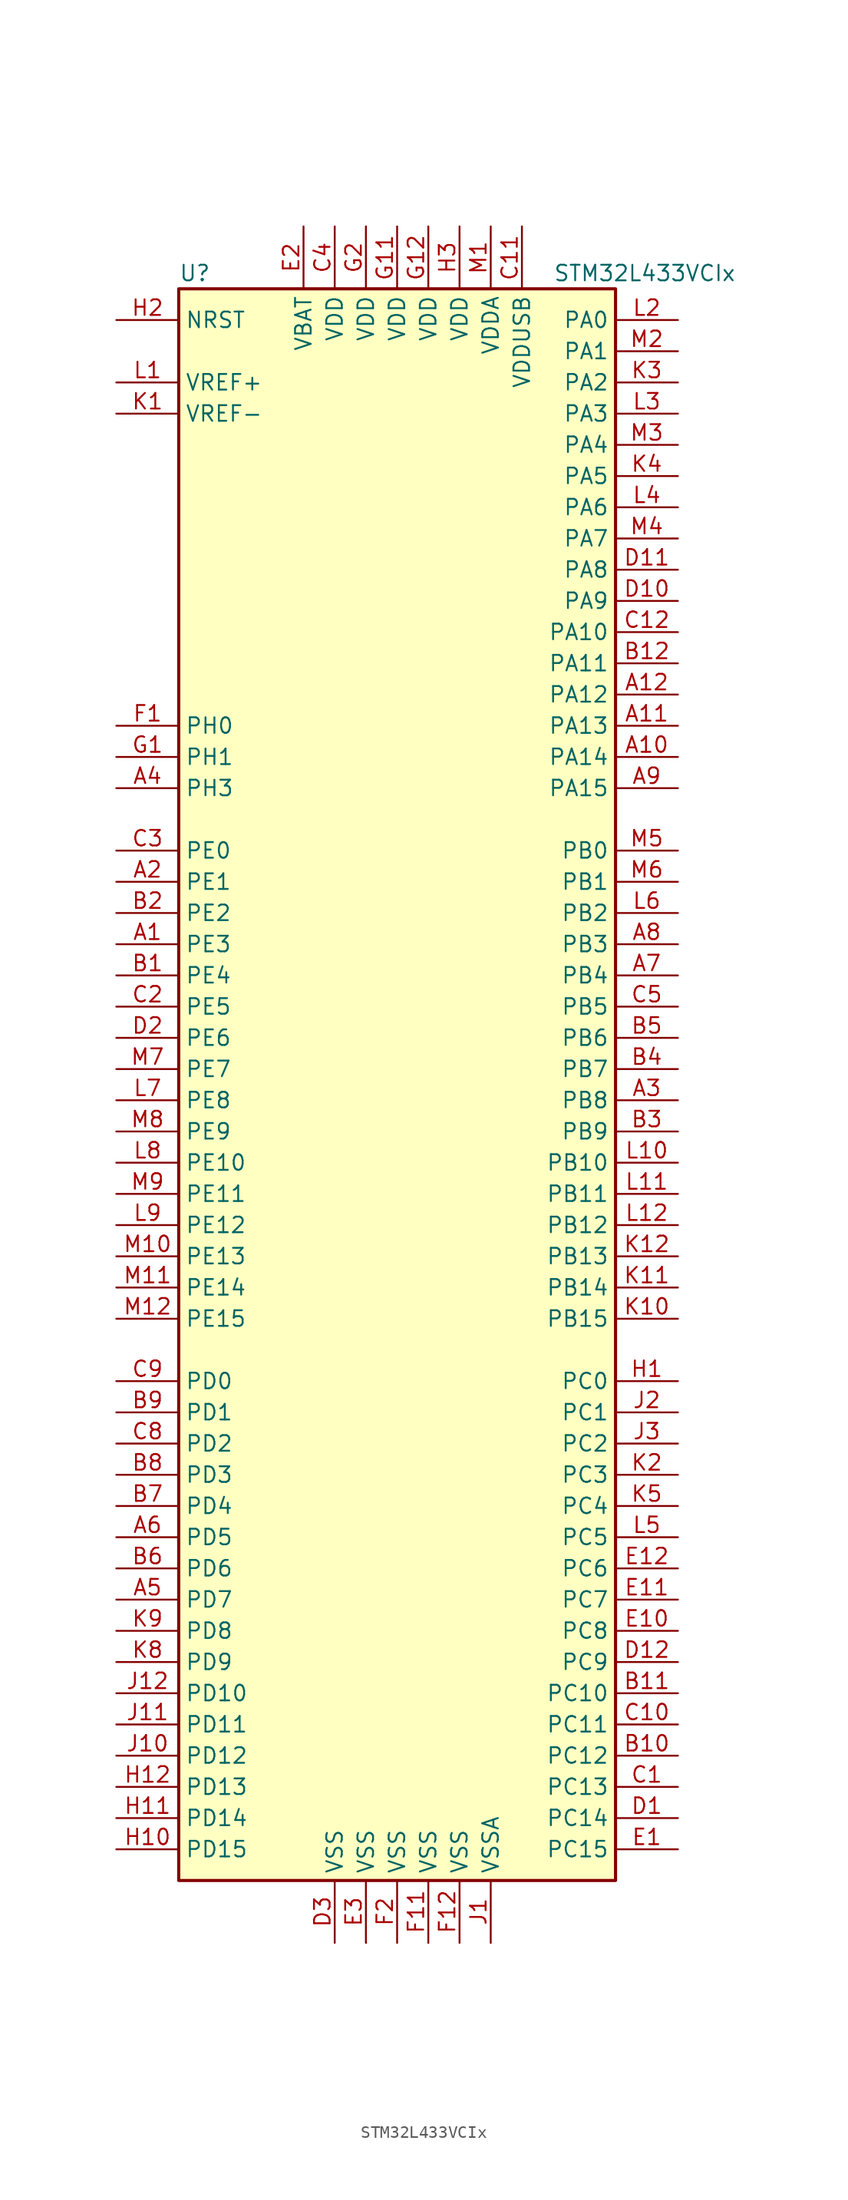
<source format=kicad_sym>
(kicad_symbol_lib
  (version 20211014)
  (generator kicad_symbol_editor)
  (symbol "STM32L433VCIx"
    (property "Reference" "U"
      (at -17.78 64.77 0)
      (effects (font (size 1.27 1.27)) (justify left)))
    (property "Value" "STM32L433VCIx"
      (at 12.7 64.77 0)
      (effects (font (size 1.27 1.27)) (justify left)))
    (symbol "STM32L433VCIx_0_1"
      (rectangle (start -17.78 -66.04) (end 17.78 63.5) (stroke (width 0.254) (type default) (color 0 0 0 0)) (fill (type background))))
    (symbol "STM32L433VCIx_1_1"
      (pin bidirectional line (at -22.86 10.16 0) (length 5.08) (name "PE3" (effects (font (size 1.27 1.27)))) (number "A1" (effects (font (size 1.27 1.27)))))
      (pin bidirectional line (at 22.86 25.4 180) (length 5.08) (name "PA14" (effects (font (size 1.27 1.27)))) (number "A10" (effects (font (size 1.27 1.27)))))
      (pin bidirectional line (at 22.86 27.94 180) (length 5.08) (name "PA13" (effects (font (size 1.27 1.27)))) (number "A11" (effects (font (size 1.27 1.27)))))
      (pin bidirectional line (at 22.86 30.48 180) (length 5.08) (name "PA12" (effects (font (size 1.27 1.27)))) (number "A12" (effects (font (size 1.27 1.27)))))
      (pin bidirectional line (at -22.86 15.24 0) (length 5.08) (name "PE1" (effects (font (size 1.27 1.27)))) (number "A2" (effects (font (size 1.27 1.27)))))
      (pin bidirectional line (at 22.86 -2.54 180) (length 5.08) (name "PB8" (effects (font (size 1.27 1.27)))) (number "A3" (effects (font (size 1.27 1.27)))))
      (pin bidirectional line (at -22.86 22.86 0) (length 5.08) (name "PH3" (effects (font (size 1.27 1.27)))) (number "A4" (effects (font (size 1.27 1.27)))))
      (pin bidirectional line (at -22.86 -43.18 0) (length 5.08) (name "PD7" (effects (font (size 1.27 1.27)))) (number "A5" (effects (font (size 1.27 1.27)))))
      (pin bidirectional line (at -22.86 -38.1 0) (length 5.08) (name "PD5" (effects (font (size 1.27 1.27)))) (number "A6" (effects (font (size 1.27 1.27)))))
      (pin bidirectional line (at 22.86 7.62 180) (length 5.08) (name "PB4" (effects (font (size 1.27 1.27)))) (number "A7" (effects (font (size 1.27 1.27)))))
      (pin bidirectional line (at 22.86 10.16 180) (length 5.08) (name "PB3" (effects (font (size 1.27 1.27)))) (number "A8" (effects (font (size 1.27 1.27)))))
      (pin bidirectional line (at 22.86 22.86 180) (length 5.08) (name "PA15" (effects (font (size 1.27 1.27)))) (number "A9" (effects (font (size 1.27 1.27)))))
      (pin bidirectional line (at -22.86 7.62 0) (length 5.08) (name "PE4" (effects (font (size 1.27 1.27)))) (number "B1" (effects (font (size 1.27 1.27)))))
      (pin bidirectional line (at 22.86 -55.88 180) (length 5.08) (name "PC12" (effects (font (size 1.27 1.27)))) (number "B10" (effects (font (size 1.27 1.27)))))
      (pin bidirectional line (at 22.86 -50.8 180) (length 5.08) (name "PC10" (effects (font (size 1.27 1.27)))) (number "B11" (effects (font (size 1.27 1.27)))))
      (pin bidirectional line (at 22.86 33.02 180) (length 5.08) (name "PA11" (effects (font (size 1.27 1.27)))) (number "B12" (effects (font (size 1.27 1.27)))))
      (pin bidirectional line (at -22.86 12.7 0) (length 5.08) (name "PE2" (effects (font (size 1.27 1.27)))) (number "B2" (effects (font (size 1.27 1.27)))))
      (pin bidirectional line (at 22.86 -5.08 180) (length 5.08) (name "PB9" (effects (font (size 1.27 1.27)))) (number "B3" (effects (font (size 1.27 1.27)))))
      (pin bidirectional line (at 22.86 0 180) (length 5.08) (name "PB7" (effects (font (size 1.27 1.27)))) (number "B4" (effects (font (size 1.27 1.27)))))
      (pin bidirectional line (at 22.86 2.54 180) (length 5.08) (name "PB6" (effects (font (size 1.27 1.27)))) (number "B5" (effects (font (size 1.27 1.27)))))
      (pin bidirectional line (at -22.86 -40.64 0) (length 5.08) (name "PD6" (effects (font (size 1.27 1.27)))) (number "B6" (effects (font (size 1.27 1.27)))))
      (pin bidirectional line (at -22.86 -35.56 0) (length 5.08) (name "PD4" (effects (font (size 1.27 1.27)))) (number "B7" (effects (font (size 1.27 1.27)))))
      (pin bidirectional line (at -22.86 -33.02 0) (length 5.08) (name "PD3" (effects (font (size 1.27 1.27)))) (number "B8" (effects (font (size 1.27 1.27)))))
      (pin bidirectional line (at -22.86 -27.94 0) (length 5.08) (name "PD1" (effects (font (size 1.27 1.27)))) (number "B9" (effects (font (size 1.27 1.27)))))
      (pin bidirectional line (at 22.86 -58.42 180) (length 5.08) (name "PC13" (effects (font (size 1.27 1.27)))) (number "C1" (effects (font (size 1.27 1.27)))))
      (pin bidirectional line (at 22.86 -53.34 180) (length 5.08) (name "PC11" (effects (font (size 1.27 1.27)))) (number "C10" (effects (font (size 1.27 1.27)))))
      (pin power_in line (at 10.16 68.58 270) (length 5.08) (name "VDDUSB" (effects (font (size 1.27 1.27)))) (number "C11" (effects (font (size 1.27 1.27)))))
      (pin bidirectional line (at 22.86 35.56 180) (length 5.08) (name "PA10" (effects (font (size 1.27 1.27)))) (number "C12" (effects (font (size 1.27 1.27)))))
      (pin bidirectional line (at -22.86 5.08 0) (length 5.08) (name "PE5" (effects (font (size 1.27 1.27)))) (number "C2" (effects (font (size 1.27 1.27)))))
      (pin bidirectional line (at -22.86 17.78 0) (length 5.08) (name "PE0" (effects (font (size 1.27 1.27)))) (number "C3" (effects (font (size 1.27 1.27)))))
      (pin power_in line (at -5.08 68.58 270) (length 5.08) (name "VDD" (effects (font (size 1.27 1.27)))) (number "C4" (effects (font (size 1.27 1.27)))))
      (pin bidirectional line (at 22.86 5.08 180) (length 5.08) (name "PB5" (effects (font (size 1.27 1.27)))) (number "C5" (effects (font (size 1.27 1.27)))))
      (pin bidirectional line (at -22.86 -30.48 0) (length 5.08) (name "PD2" (effects (font (size 1.27 1.27)))) (number "C8" (effects (font (size 1.27 1.27)))))
      (pin bidirectional line (at -22.86 -25.4 0) (length 5.08) (name "PD0" (effects (font (size 1.27 1.27)))) (number "C9" (effects (font (size 1.27 1.27)))))
      (pin bidirectional line (at 22.86 -60.96 180) (length 5.08) (name "PC14" (effects (font (size 1.27 1.27)))) (number "D1" (effects (font (size 1.27 1.27)))))
      (pin bidirectional line (at 22.86 38.1 180) (length 5.08) (name "PA9" (effects (font (size 1.27 1.27)))) (number "D10" (effects (font (size 1.27 1.27)))))
      (pin bidirectional line (at 22.86 40.64 180) (length 5.08) (name "PA8" (effects (font (size 1.27 1.27)))) (number "D11" (effects (font (size 1.27 1.27)))))
      (pin bidirectional line (at 22.86 -48.26 180) (length 5.08) (name "PC9" (effects (font (size 1.27 1.27)))) (number "D12" (effects (font (size 1.27 1.27)))))
      (pin bidirectional line (at -22.86 2.54 0) (length 5.08) (name "PE6" (effects (font (size 1.27 1.27)))) (number "D2" (effects (font (size 1.27 1.27)))))
      (pin power_in line (at -5.08 -71.12 90) (length 5.08) (name "VSS" (effects (font (size 1.27 1.27)))) (number "D3" (effects (font (size 1.27 1.27)))))
      (pin bidirectional line (at 22.86 -63.5 180) (length 5.08) (name "PC15" (effects (font (size 1.27 1.27)))) (number "E1" (effects (font (size 1.27 1.27)))))
      (pin bidirectional line (at 22.86 -45.72 180) (length 5.08) (name "PC8" (effects (font (size 1.27 1.27)))) (number "E10" (effects (font (size 1.27 1.27)))))
      (pin bidirectional line (at 22.86 -43.18 180) (length 5.08) (name "PC7" (effects (font (size 1.27 1.27)))) (number "E11" (effects (font (size 1.27 1.27)))))
      (pin bidirectional line (at 22.86 -40.64 180) (length 5.08) (name "PC6" (effects (font (size 1.27 1.27)))) (number "E12" (effects (font (size 1.27 1.27)))))
      (pin power_in line (at -7.62 68.58 270) (length 5.08) (name "VBAT" (effects (font (size 1.27 1.27)))) (number "E2" (effects (font (size 1.27 1.27)))))
      (pin power_in line (at -2.54 -71.12 90) (length 5.08) (name "VSS" (effects (font (size 1.27 1.27)))) (number "E3" (effects (font (size 1.27 1.27)))))
      (pin input line (at -22.86 27.94 0) (length 5.08) (name "PH0" (effects (font (size 1.27 1.27)))) (number "F1" (effects (font (size 1.27 1.27)))))
      (pin power_in line (at 2.54 -71.12 90) (length 5.08) (name "VSS" (effects (font (size 1.27 1.27)))) (number "F11" (effects (font (size 1.27 1.27)))))
      (pin power_in line (at 5.08 -71.12 90) (length 5.08) (name "VSS" (effects (font (size 1.27 1.27)))) (number "F12" (effects (font (size 1.27 1.27)))))
      (pin power_in line (at 0 -71.12 90) (length 5.08) (name "VSS" (effects (font (size 1.27 1.27)))) (number "F2" (effects (font (size 1.27 1.27)))))
      (pin input line (at -22.86 25.4 0) (length 5.08) (name "PH1" (effects (font (size 1.27 1.27)))) (number "G1" (effects (font (size 1.27 1.27)))))
      (pin power_in line (at 0 68.58 270) (length 5.08) (name "VDD" (effects (font (size 1.27 1.27)))) (number "G11" (effects (font (size 1.27 1.27)))))
      (pin power_in line (at 2.54 68.58 270) (length 5.08) (name "VDD" (effects (font (size 1.27 1.27)))) (number "G12" (effects (font (size 1.27 1.27)))))
      (pin power_in line (at -2.54 68.58 270) (length 5.08) (name "VDD" (effects (font (size 1.27 1.27)))) (number "G2" (effects (font (size 1.27 1.27)))))
      (pin bidirectional line (at 22.86 -25.4 180) (length 5.08) (name "PC0" (effects (font (size 1.27 1.27)))) (number "H1" (effects (font (size 1.27 1.27)))))
      (pin bidirectional line (at -22.86 -63.5 0) (length 5.08) (name "PD15" (effects (font (size 1.27 1.27)))) (number "H10" (effects (font (size 1.27 1.27)))))
      (pin bidirectional line (at -22.86 -60.96 0) (length 5.08) (name "PD14" (effects (font (size 1.27 1.27)))) (number "H11" (effects (font (size 1.27 1.27)))))
      (pin bidirectional line (at -22.86 -58.42 0) (length 5.08) (name "PD13" (effects (font (size 1.27 1.27)))) (number "H12" (effects (font (size 1.27 1.27)))))
      (pin input line (at -22.86 60.96 0) (length 5.08) (name "NRST" (effects (font (size 1.27 1.27)))) (number "H2" (effects (font (size 1.27 1.27)))))
      (pin power_in line (at 5.08 68.58 270) (length 5.08) (name "VDD" (effects (font (size 1.27 1.27)))) (number "H3" (effects (font (size 1.27 1.27)))))
      (pin power_in line (at 7.62 -71.12 90) (length 5.08) (name "VSSA" (effects (font (size 1.27 1.27)))) (number "J1" (effects (font (size 1.27 1.27)))))
      (pin bidirectional line (at -22.86 -55.88 0) (length 5.08) (name "PD12" (effects (font (size 1.27 1.27)))) (number "J10" (effects (font (size 1.27 1.27)))))
      (pin bidirectional line (at -22.86 -53.34 0) (length 5.08) (name "PD11" (effects (font (size 1.27 1.27)))) (number "J11" (effects (font (size 1.27 1.27)))))
      (pin bidirectional line (at -22.86 -50.8 0) (length 5.08) (name "PD10" (effects (font (size 1.27 1.27)))) (number "J12" (effects (font (size 1.27 1.27)))))
      (pin bidirectional line (at 22.86 -27.94 180) (length 5.08) (name "PC1" (effects (font (size 1.27 1.27)))) (number "J2" (effects (font (size 1.27 1.27)))))
      (pin bidirectional line (at 22.86 -30.48 180) (length 5.08) (name "PC2" (effects (font (size 1.27 1.27)))) (number "J3" (effects (font (size 1.27 1.27)))))
      (pin power_in line (at -22.86 53.34 0) (length 5.08) (name "VREF-" (effects (font (size 1.27 1.27)))) (number "K1" (effects (font (size 1.27 1.27)))))
      (pin bidirectional line (at 22.86 -20.32 180) (length 5.08) (name "PB15" (effects (font (size 1.27 1.27)))) (number "K10" (effects (font (size 1.27 1.27)))))
      (pin bidirectional line (at 22.86 -17.78 180) (length 5.08) (name "PB14" (effects (font (size 1.27 1.27)))) (number "K11" (effects (font (size 1.27 1.27)))))
      (pin bidirectional line (at 22.86 -15.24 180) (length 5.08) (name "PB13" (effects (font (size 1.27 1.27)))) (number "K12" (effects (font (size 1.27 1.27)))))
      (pin bidirectional line (at 22.86 -33.02 180) (length 5.08) (name "PC3" (effects (font (size 1.27 1.27)))) (number "K2" (effects (font (size 1.27 1.27)))))
      (pin bidirectional line (at 22.86 55.88 180) (length 5.08) (name "PA2" (effects (font (size 1.27 1.27)))) (number "K3" (effects (font (size 1.27 1.27)))))
      (pin bidirectional line (at 22.86 48.26 180) (length 5.08) (name "PA5" (effects (font (size 1.27 1.27)))) (number "K4" (effects (font (size 1.27 1.27)))))
      (pin bidirectional line (at 22.86 -35.56 180) (length 5.08) (name "PC4" (effects (font (size 1.27 1.27)))) (number "K5" (effects (font (size 1.27 1.27)))))
      (pin bidirectional line (at -22.86 -48.26 0) (length 5.08) (name "PD9" (effects (font (size 1.27 1.27)))) (number "K8" (effects (font (size 1.27 1.27)))))
      (pin bidirectional line (at -22.86 -45.72 0) (length 5.08) (name "PD8" (effects (font (size 1.27 1.27)))) (number "K9" (effects (font (size 1.27 1.27)))))
      (pin bidirectional line (at -22.86 55.88 0) (length 5.08) (name "VREF+" (effects (font (size 1.27 1.27)))) (number "L1" (effects (font (size 1.27 1.27)))))
      (pin bidirectional line (at 22.86 -7.62 180) (length 5.08) (name "PB10" (effects (font (size 1.27 1.27)))) (number "L10" (effects (font (size 1.27 1.27)))))
      (pin bidirectional line (at 22.86 -10.16 180) (length 5.08) (name "PB11" (effects (font (size 1.27 1.27)))) (number "L11" (effects (font (size 1.27 1.27)))))
      (pin bidirectional line (at 22.86 -12.7 180) (length 5.08) (name "PB12" (effects (font (size 1.27 1.27)))) (number "L12" (effects (font (size 1.27 1.27)))))
      (pin bidirectional line (at 22.86 60.96 180) (length 5.08) (name "PA0" (effects (font (size 1.27 1.27)))) (number "L2" (effects (font (size 1.27 1.27)))))
      (pin bidirectional line (at 22.86 53.34 180) (length 5.08) (name "PA3" (effects (font (size 1.27 1.27)))) (number "L3" (effects (font (size 1.27 1.27)))))
      (pin bidirectional line (at 22.86 45.72 180) (length 5.08) (name "PA6" (effects (font (size 1.27 1.27)))) (number "L4" (effects (font (size 1.27 1.27)))))
      (pin bidirectional line (at 22.86 -38.1 180) (length 5.08) (name "PC5" (effects (font (size 1.27 1.27)))) (number "L5" (effects (font (size 1.27 1.27)))))
      (pin bidirectional line (at 22.86 12.7 180) (length 5.08) (name "PB2" (effects (font (size 1.27 1.27)))) (number "L6" (effects (font (size 1.27 1.27)))))
      (pin bidirectional line (at -22.86 -2.54 0) (length 5.08) (name "PE8" (effects (font (size 1.27 1.27)))) (number "L7" (effects (font (size 1.27 1.27)))))
      (pin bidirectional line (at -22.86 -7.62 0) (length 5.08) (name "PE10" (effects (font (size 1.27 1.27)))) (number "L8" (effects (font (size 1.27 1.27)))))
      (pin bidirectional line (at -22.86 -12.7 0) (length 5.08) (name "PE12" (effects (font (size 1.27 1.27)))) (number "L9" (effects (font (size 1.27 1.27)))))
      (pin power_in line (at 7.62 68.58 270) (length 5.08) (name "VDDA" (effects (font (size 1.27 1.27)))) (number "M1" (effects (font (size 1.27 1.27)))))
      (pin bidirectional line (at -22.86 -15.24 0) (length 5.08) (name "PE13" (effects (font (size 1.27 1.27)))) (number "M10" (effects (font (size 1.27 1.27)))))
      (pin bidirectional line (at -22.86 -17.78 0) (length 5.08) (name "PE14" (effects (font (size 1.27 1.27)))) (number "M11" (effects (font (size 1.27 1.27)))))
      (pin bidirectional line (at -22.86 -20.32 0) (length 5.08) (name "PE15" (effects (font (size 1.27 1.27)))) (number "M12" (effects (font (size 1.27 1.27)))))
      (pin bidirectional line (at 22.86 58.42 180) (length 5.08) (name "PA1" (effects (font (size 1.27 1.27)))) (number "M2" (effects (font (size 1.27 1.27)))))
      (pin bidirectional line (at 22.86 50.8 180) (length 5.08) (name "PA4" (effects (font (size 1.27 1.27)))) (number "M3" (effects (font (size 1.27 1.27)))))
      (pin bidirectional line (at 22.86 43.18 180) (length 5.08) (name "PA7" (effects (font (size 1.27 1.27)))) (number "M4" (effects (font (size 1.27 1.27)))))
      (pin bidirectional line (at 22.86 17.78 180) (length 5.08) (name "PB0" (effects (font (size 1.27 1.27)))) (number "M5" (effects (font (size 1.27 1.27)))))
      (pin bidirectional line (at 22.86 15.24 180) (length 5.08) (name "PB1" (effects (font (size 1.27 1.27)))) (number "M6" (effects (font (size 1.27 1.27)))))
      (pin bidirectional line (at -22.86 0 0) (length 5.08) (name "PE7" (effects (font (size 1.27 1.27)))) (number "M7" (effects (font (size 1.27 1.27)))))
      (pin bidirectional line (at -22.86 -5.08 0) (length 5.08) (name "PE9" (effects (font (size 1.27 1.27)))) (number "M8" (effects (font (size 1.27 1.27)))))
      (pin bidirectional line (at -22.86 -10.16 0) (length 5.08) (name "PE11" (effects (font (size 1.27 1.27)))) (number "M9" (effects (font (size 1.27 1.27))))))))
</source>
